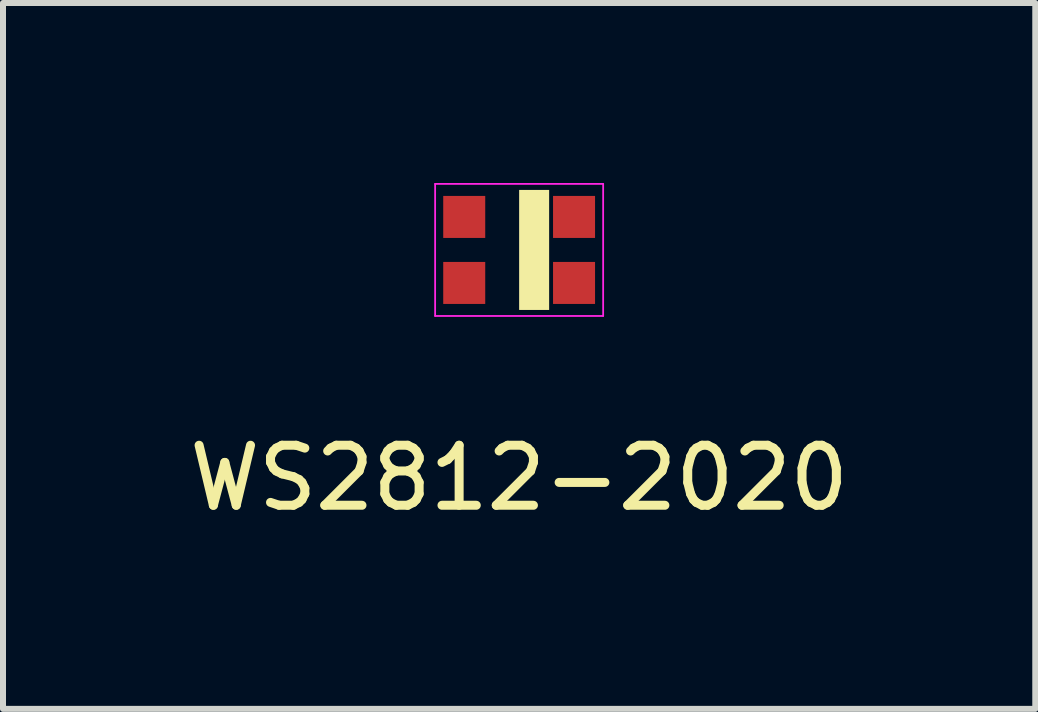
<source format=kicad_pcb>
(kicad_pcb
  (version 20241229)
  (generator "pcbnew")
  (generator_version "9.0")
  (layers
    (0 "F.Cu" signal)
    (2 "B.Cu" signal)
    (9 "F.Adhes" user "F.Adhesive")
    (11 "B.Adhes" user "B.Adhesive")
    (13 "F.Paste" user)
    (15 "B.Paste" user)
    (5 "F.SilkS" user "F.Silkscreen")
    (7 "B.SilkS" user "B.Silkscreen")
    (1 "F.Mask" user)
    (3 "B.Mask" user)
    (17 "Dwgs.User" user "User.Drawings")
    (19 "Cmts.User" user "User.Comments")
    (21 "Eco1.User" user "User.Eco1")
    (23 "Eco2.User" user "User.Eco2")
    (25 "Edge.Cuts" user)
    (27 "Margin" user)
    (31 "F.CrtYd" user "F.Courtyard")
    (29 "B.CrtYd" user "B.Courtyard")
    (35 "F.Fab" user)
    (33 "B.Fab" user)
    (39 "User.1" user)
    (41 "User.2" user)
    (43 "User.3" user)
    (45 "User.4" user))
  (footprint "WS2812-2020"
    (layer "F.Cu")
    (at 5.601 1.115)
    (property "Reference" "WS2812-2020" (at 0 3.8 0) (layer "F.SilkS") (effects (font (size 1 1) (thickness 0.15))))
    (attr through_hole)
    (fp_poly (pts (xy 0 -1) (xy 0.5 -1) (xy 0.5 1) (xy 0 1)) (stroke (width 0) (type solid)) (fill yes) (layer "F.SilkS"))
    (fp_line (start -1.4 -1.1) (end 1.4 -1.1) (stroke (width 0.03) (type solid)) (layer "F.CrtYd"))
    (fp_line (start -1.4 1.1) (end -1.4 -1.1) (stroke (width 0.03) (type solid)) (layer "F.CrtYd"))
    (fp_line (start 1.4 -1.1) (end 1.4 1.1) (stroke (width 0.03) (type solid)) (layer "F.CrtYd"))
    (fp_line (start 1.4 1.1) (end -1.4 1.1) (stroke (width 0.03) (type solid)) (layer "F.CrtYd"))
    (pad "1" smd rect (at 0.915 0.55) (size 0.7 0.7) (layers "F.Cu" "F.Mask" "F.Paste"))
    (pad "2" smd rect (at 0.915 -0.55) (size 0.7 0.7) (layers "F.Cu" "F.Mask" "F.Paste"))
    (pad "3" smd rect (at -0.915 -0.55) (size 0.7 0.7) (layers "F.Cu" "F.Mask" "F.Paste"))
    (pad "4" smd rect (at -0.915 0.55) (size 0.7 0.7) (layers "F.Cu" "F.Mask" "F.Paste")))
  (gr_rect
    (start -3 -3)
    (end 14.202 8.763)
    (stroke (width 0.1) (type default))
    (fill no)
    (layer "Edge.Cuts")))
</source>
